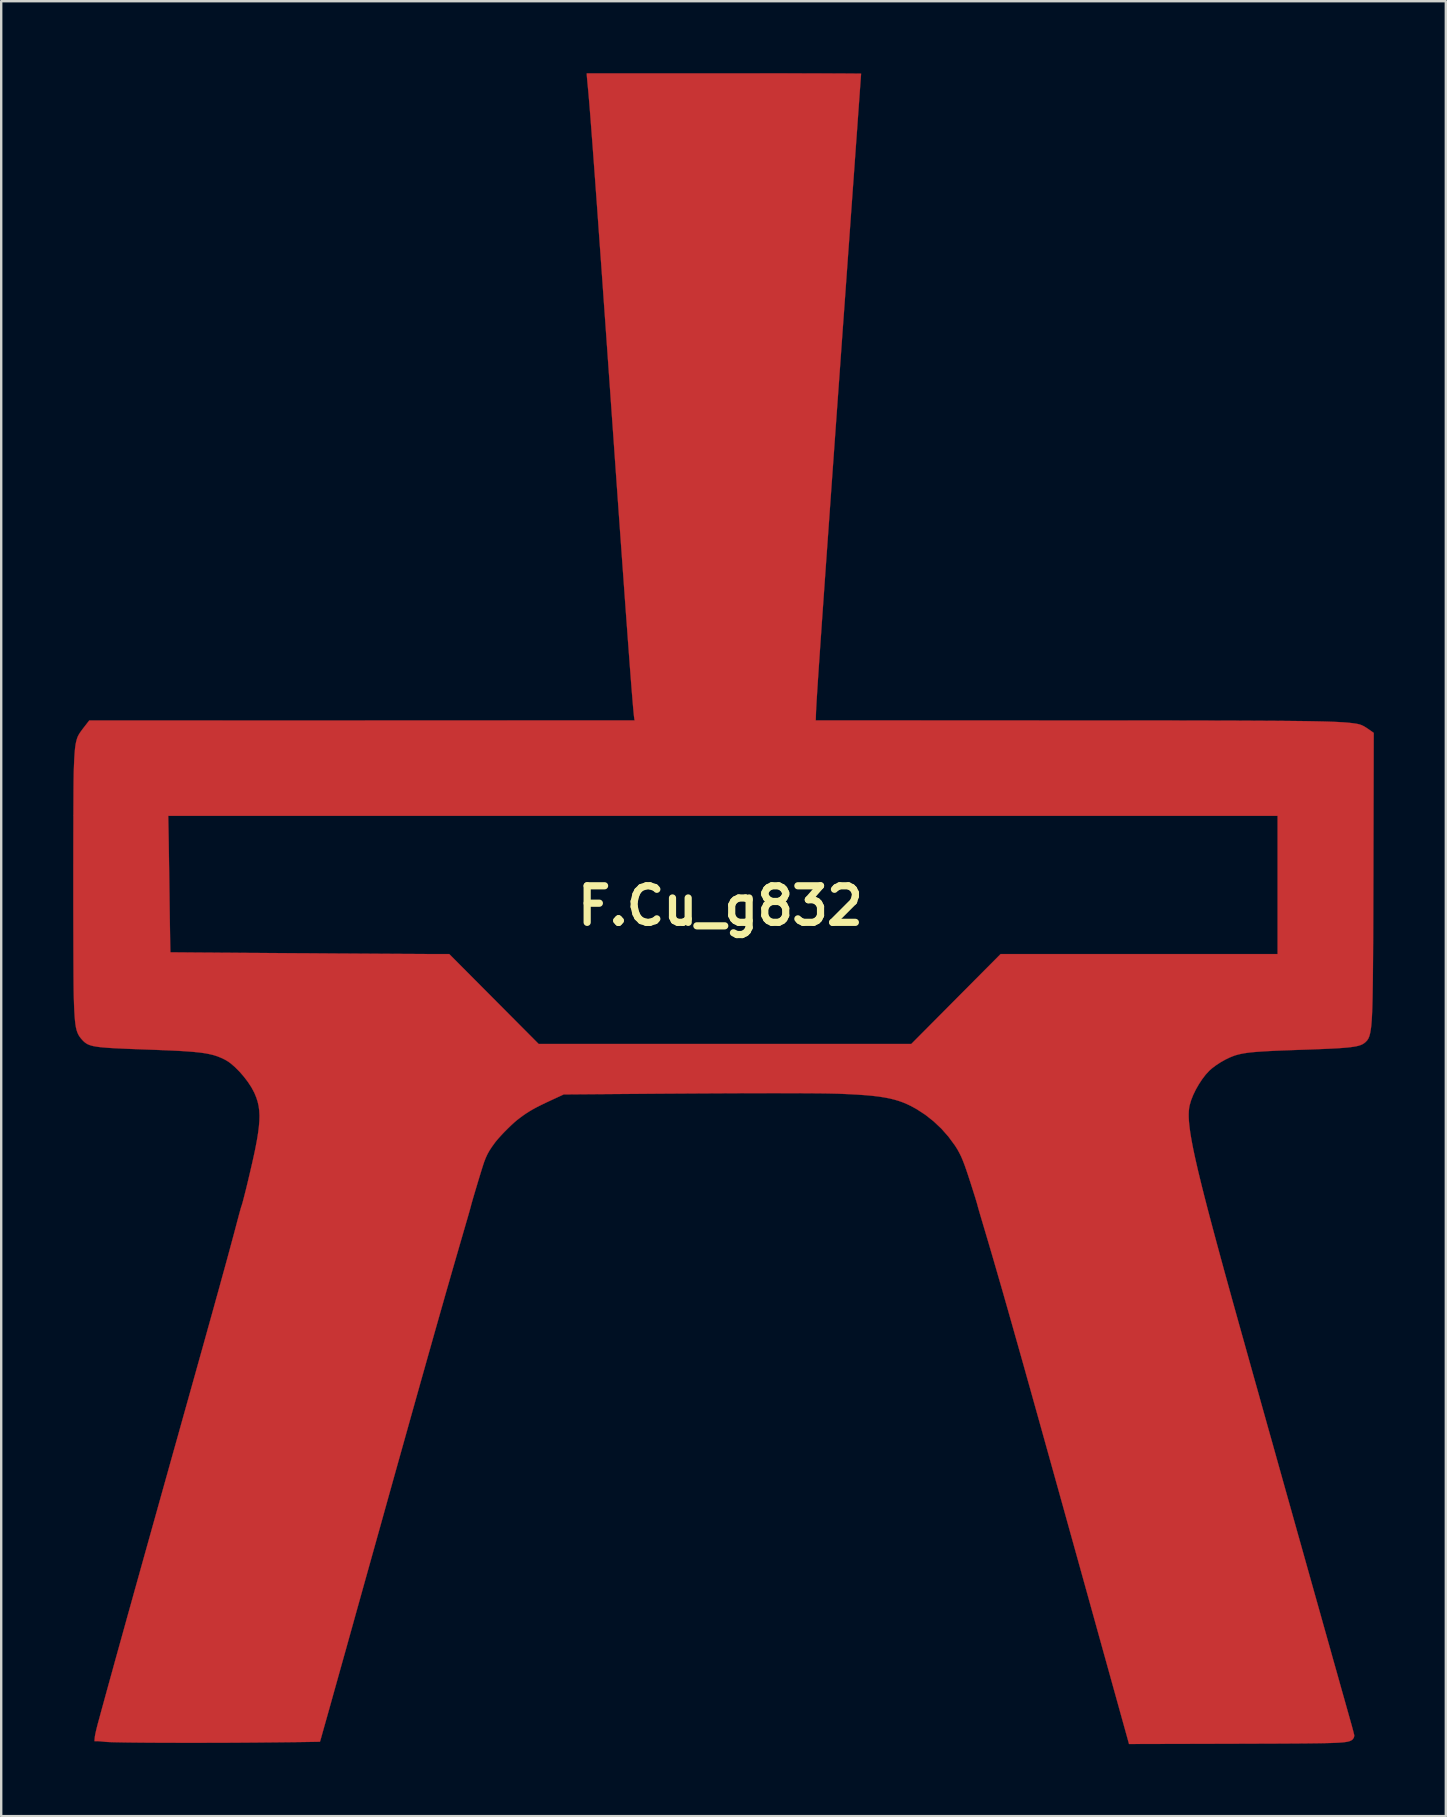
<source format=kicad_pcb>
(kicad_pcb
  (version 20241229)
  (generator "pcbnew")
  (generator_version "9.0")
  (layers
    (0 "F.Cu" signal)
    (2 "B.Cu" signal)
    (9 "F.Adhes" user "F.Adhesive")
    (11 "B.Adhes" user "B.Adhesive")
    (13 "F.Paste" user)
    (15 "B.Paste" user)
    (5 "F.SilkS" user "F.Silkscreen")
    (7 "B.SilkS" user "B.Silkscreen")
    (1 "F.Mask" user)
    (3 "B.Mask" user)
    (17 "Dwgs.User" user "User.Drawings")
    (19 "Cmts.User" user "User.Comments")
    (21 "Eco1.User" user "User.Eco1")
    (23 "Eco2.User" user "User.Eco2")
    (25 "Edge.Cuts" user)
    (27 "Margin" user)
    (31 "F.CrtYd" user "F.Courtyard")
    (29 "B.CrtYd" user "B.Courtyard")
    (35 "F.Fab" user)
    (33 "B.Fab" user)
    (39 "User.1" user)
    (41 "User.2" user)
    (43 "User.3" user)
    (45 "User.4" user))
  (footprint "F.Cu_g832"
    (layer "F.Cu")
    (at 26.97 34.697)
    (property "Reference" "F.Cu_g832" (at 0 0 0) (layer "F.SilkS") (effects (font (size 1.524 1.524) (thickness 0.3))))
    (attr through_hole)
    (fp_poly (pts (xy 0.637 -34.692) (xy 1.115 -34.692) (xy 1.58 -34.692) (xy 2.03 -34.691) (xy 2.464 -34.691) (xy 2.88 -34.69) (xy 3.276 -34.69) (xy 3.651 -34.689) (xy 4.003 -34.688) (xy 4.33 -34.687) (xy 4.629 -34.687) (xy 4.901 -34.686) (xy 5.143 -34.685) (xy 5.352 -34.683) (xy 5.528 -34.682) (xy 5.669 -34.681) (xy 5.773 -34.68) (xy 5.838 -34.679) (xy 5.863 -34.678) (xy 5.863 -34.677) (xy 5.862 -34.655) (xy 5.857 -34.593) (xy 5.85 -34.491) (xy 5.84 -34.351) (xy 5.827 -34.176) (xy 5.812 -33.965) (xy 5.795 -33.722) (xy 5.775 -33.447) (xy 5.753 -33.142) (xy 5.729 -32.808) (xy 5.704 -32.447) (xy 5.676 -32.061) (xy 5.646 -31.651) (xy 5.615 -31.218) (xy 5.583 -30.764) (xy 5.549 -30.291) (xy 5.513 -29.8) (xy 5.477 -29.293) (xy 5.439 -28.77) (xy 5.401 -28.234) (xy 5.362 -27.687) (xy 5.334 -27.306) (xy 5.253 -26.176) (xy 5.175 -25.087) (xy 5.099 -24.039) (xy 5.027 -23.031) (xy 4.958 -22.063) (xy 4.891 -21.133) (xy 4.827 -20.242) (xy 4.766 -19.389) (xy 4.708 -18.573) (xy 4.652 -17.793) (xy 4.599 -17.048) (xy 4.549 -16.339) (xy 4.501 -15.664) (xy 4.455 -15.022) (xy 4.412 -14.414) (xy 4.371 -13.838) (xy 4.333 -13.293) (xy 4.297 -12.78) (xy 4.263 -12.297) (xy 4.231 -11.844) (xy 4.202 -11.42) (xy 4.174 -11.024) (xy 4.149 -10.656) (xy 4.126 -10.315) (xy 4.104 -10.001) (xy 4.085 -9.712) (xy 4.067 -9.449) (xy 4.052 -9.21) (xy 4.038 -8.995) (xy 4.026 -8.803) (xy 4.015 -8.633) (xy 4.006 -8.486) (xy 3.999 -8.359) (xy 3.993 -8.253) (xy 3.989 -8.167) (xy 3.986 -8.102) (xy 3.973 -7.726) (xy 13.39 -7.725) (xy 14.257 -7.725) (xy 15.083 -7.725) (xy 15.868 -7.725) (xy 16.615 -7.725) (xy 17.323 -7.724) (xy 17.995 -7.724) (xy 18.631 -7.723) (xy 19.232 -7.722) (xy 19.799 -7.721) (xy 20.334 -7.72) (xy 20.837 -7.719) (xy 21.31 -7.718) (xy 21.754 -7.716) (xy 22.17 -7.714) (xy 22.558 -7.712) (xy 22.92 -7.71) (xy 23.257 -7.708) (xy 23.571 -7.705) (xy 23.861 -7.702) (xy 24.13 -7.699) (xy 24.379 -7.696) (xy 24.607 -7.692) (xy 24.818 -7.688) (xy 25.01 -7.684) (xy 25.187 -7.68) (xy 25.349 -7.675) (xy 25.496 -7.67) (xy 25.63 -7.664) (xy 25.752 -7.658) (xy 25.864 -7.652) (xy 25.966 -7.646) (xy 26.059 -7.639) (xy 26.144 -7.632) (xy 26.223 -7.624) (xy 26.297 -7.616) (xy 26.358 -7.609) (xy 26.504 -7.588) (xy 26.621 -7.563) (xy 26.722 -7.529) (xy 26.82 -7.481) (xy 26.928 -7.414) (xy 27.017 -7.354) (xy 27.226 -7.207) (xy 27.213 -1.968) (xy 27.212 -1.327) (xy 27.21 -0.726) (xy 27.208 -0.164) (xy 27.207 0.359) (xy 27.205 0.846) (xy 27.203 1.299) (xy 27.2 1.717) (xy 27.198 2.104) (xy 27.195 2.46) (xy 27.192 2.787) (xy 27.189 3.086) (xy 27.185 3.36) (xy 27.181 3.608) (xy 27.177 3.833) (xy 27.172 4.037) (xy 27.167 4.22) (xy 27.161 4.385) (xy 27.155 4.532) (xy 27.148 4.664) (xy 27.141 4.781) (xy 27.133 4.885) (xy 27.125 4.977) (xy 27.116 5.06) (xy 27.106 5.134) (xy 27.096 5.201) (xy 27.085 5.263) (xy 27.08 5.291) (xy 27.046 5.425) (xy 27.004 5.528) (xy 26.948 5.613) (xy 26.884 5.679) (xy 26.839 5.716) (xy 26.79 5.75) (xy 26.734 5.78) (xy 26.669 5.807) (xy 26.592 5.831) (xy 26.5 5.853) (xy 26.392 5.872) (xy 26.264 5.89) (xy 26.115 5.906) (xy 25.941 5.921) (xy 25.74 5.935) (xy 25.51 5.948) (xy 25.248 5.96) (xy 24.952 5.972) (xy 24.62 5.985) (xy 24.247 5.998) (xy 24.162 6.001) (xy 23.786 6.014) (xy 23.449 6.027) (xy 23.149 6.039) (xy 22.882 6.052) (xy 22.646 6.065) (xy 22.438 6.079) (xy 22.255 6.093) (xy 22.093 6.109) (xy 21.95 6.127) (xy 21.823 6.146) (xy 21.71 6.167) (xy 21.606 6.19) (xy 21.51 6.216) (xy 21.418 6.244) (xy 21.41 6.247) (xy 21.23 6.318) (xy 21.036 6.412) (xy 20.84 6.524) (xy 20.653 6.646) (xy 20.486 6.772) (xy 20.372 6.873) (xy 20.222 7.036) (xy 20.075 7.229) (xy 19.936 7.441) (xy 19.809 7.664) (xy 19.7 7.89) (xy 19.614 8.109) (xy 19.555 8.313) (xy 19.545 8.357) (xy 19.53 8.454) (xy 19.52 8.56) (xy 19.515 8.676) (xy 19.516 8.804) (xy 19.523 8.945) (xy 19.536 9.101) (xy 19.556 9.272) (xy 19.582 9.46) (xy 19.616 9.667) (xy 19.657 9.893) (xy 19.705 10.14) (xy 19.762 10.409) (xy 19.827 10.701) (xy 19.9 11.018) (xy 19.983 11.361) (xy 20.074 11.732) (xy 20.175 12.131) (xy 20.285 12.559) (xy 20.406 13.019) (xy 20.537 13.512) (xy 20.678 14.038) (xy 20.83 14.598) (xy 20.993 15.196) (xy 21.168 15.83) (xy 21.354 16.504) (xy 21.422 16.748) (xy 21.464 16.899) (xy 21.517 17.088) (xy 21.58 17.314) (xy 21.653 17.575) (xy 21.735 17.87) (xy 21.827 18.195) (xy 21.926 18.551) (xy 22.033 18.933) (xy 22.147 19.341) (xy 22.268 19.773) (xy 22.396 20.226) (xy 22.528 20.7) (xy 22.666 21.191) (xy 22.808 21.699) (xy 22.955 22.22) (xy 23.105 22.754) (xy 23.257 23.299) (xy 23.412 23.851) (xy 23.569 24.411) (xy 23.728 24.975) (xy 23.887 25.542) (xy 24.046 26.11) (xy 24.206 26.676) (xy 24.364 27.24) (xy 24.521 27.799) (xy 24.676 28.352) (xy 24.829 28.896) (xy 24.979 29.429) (xy 25.125 29.95) (xy 25.268 30.457) (xy 25.406 30.947) (xy 25.538 31.42) (xy 25.666 31.872) (xy 25.787 32.303) (xy 25.901 32.71) (xy 26.009 33.091) (xy 26.108 33.444) (xy 26.199 33.768) (xy 26.266 34.006) (xy 26.307 34.151) (xy 26.343 34.285) (xy 26.374 34.401) (xy 26.397 34.494) (xy 26.412 34.557) (xy 26.416 34.584) (xy 26.397 34.666) (xy 26.346 34.739) (xy 26.285 34.783) (xy 26.254 34.796) (xy 26.222 34.809) (xy 26.185 34.82) (xy 26.142 34.831) (xy 26.092 34.841) (xy 26.032 34.849) (xy 25.962 34.858) (xy 25.879 34.865) (xy 25.782 34.872) (xy 25.669 34.878) (xy 25.538 34.883) (xy 25.388 34.888) (xy 25.217 34.892) (xy 25.023 34.896) (xy 24.805 34.899) (xy 24.56 34.902) (xy 24.288 34.905) (xy 23.986 34.907) (xy 23.652 34.909) (xy 23.286 34.911) (xy 22.885 34.913) (xy 22.448 34.914) (xy 21.973 34.916) (xy 21.458 34.917) (xy 21.167 34.918) (xy 17.029 34.929) (xy 15.686 30.096) (xy 15.426 29.158) (xy 15.176 28.259) (xy 14.937 27.399) (xy 14.708 26.576) (xy 14.489 25.789) (xy 14.28 25.037) (xy 14.08 24.32) (xy 13.889 23.634) (xy 13.707 22.981) (xy 13.533 22.358) (xy 13.367 21.763) (xy 13.209 21.197) (xy 13.058 20.658) (xy 12.915 20.145) (xy 12.777 19.656) (xy 12.647 19.19) (xy 12.522 18.747) (xy 12.403 18.325) (xy 12.289 17.923) (xy 12.181 17.539) (xy 12.077 17.173) (xy 11.978 16.824) (xy 11.882 16.489) (xy 11.791 16.169) (xy 11.703 15.862) (xy 11.617 15.567) (xy 11.535 15.282) (xy 11.455 15.007) (xy 11.378 14.74) (xy 11.302 14.48) (xy 11.227 14.226) (xy 11.154 13.977) (xy 11.081 13.732) (xy 11.009 13.489) (xy 10.937 13.247) (xy 10.929 13.219) (xy 10.88 13.055) (xy 10.835 12.902) (xy 10.795 12.766) (xy 10.762 12.652) (xy 10.737 12.564) (xy 10.722 12.509) (xy 10.718 12.492) (xy 10.708 12.452) (xy 10.686 12.377) (xy 10.655 12.273) (xy 10.616 12.145) (xy 10.57 12) (xy 10.52 11.842) (xy 10.468 11.678) (xy 10.415 11.512) (xy 10.362 11.351) (xy 10.313 11.2) (xy 10.267 11.065) (xy 10.255 11.028) (xy 10.176 10.803) (xy 10.102 10.611) (xy 10.031 10.444) (xy 9.957 10.294) (xy 9.878 10.151) (xy 9.788 10.009) (xy 9.769 9.98) (xy 9.505 9.621) (xy 9.211 9.288) (xy 8.889 8.984) (xy 8.544 8.711) (xy 8.179 8.473) (xy 7.942 8.343) (xy 7.777 8.264) (xy 7.609 8.193) (xy 7.434 8.131) (xy 7.249 8.076) (xy 7.051 8.027) (xy 6.836 7.986) (xy 6.6 7.949) (xy 6.34 7.918) (xy 6.053 7.892) (xy 5.734 7.869) (xy 5.381 7.85) (xy 4.99 7.833) (xy 4.911 7.83) (xy 4.741 7.826) (xy 4.53 7.821) (xy 4.279 7.817) (xy 3.989 7.814) (xy 3.661 7.812) (xy 3.296 7.81) (xy 2.895 7.809) (xy 2.459 7.808) (xy 1.989 7.808) (xy 1.487 7.809) (xy 0.952 7.81) (xy 0.388 7.812) (xy -0.207 7.815) (xy -0.83 7.818) (xy -1.48 7.822) (xy -2.157 7.826) (xy -2.859 7.831) (xy -3.111 7.833) (xy -6.528 7.86) (xy -7.026 8.09) (xy -7.268 8.203) (xy -7.477 8.304) (xy -7.659 8.396) (xy -7.819 8.483) (xy -7.963 8.568) (xy -8.098 8.654) (xy -8.23 8.745) (xy -8.363 8.844) (xy -8.467 8.924) (xy -8.579 9.018) (xy -8.708 9.136) (xy -8.847 9.27) (xy -8.989 9.412) (xy -9.125 9.555) (xy -9.247 9.69) (xy -9.349 9.811) (xy -9.394 9.868) (xy -9.52 10.043) (xy -9.623 10.199) (xy -9.707 10.349) (xy -9.778 10.503) (xy -9.844 10.673) (xy -9.895 10.827) (xy -9.931 10.941) (xy -9.973 11.076) (xy -10.019 11.226) (xy -10.068 11.388) (xy -10.119 11.555) (xy -10.169 11.723) (xy -10.218 11.887) (xy -10.264 12.041) (xy -10.305 12.181) (xy -10.34 12.301) (xy -10.367 12.397) (xy -10.385 12.462) (xy -10.393 12.494) (xy -10.393 12.495) (xy -10.399 12.519) (xy -10.415 12.58) (xy -10.441 12.673) (xy -10.476 12.796) (xy -10.518 12.943) (xy -10.567 13.112) (xy -10.621 13.298) (xy -10.679 13.498) (xy -10.699 13.566) (xy -10.781 13.849) (xy -10.863 14.131) (xy -10.945 14.415) (xy -11.028 14.701) (xy -11.112 14.991) (xy -11.197 15.286) (xy -11.283 15.587) (xy -11.372 15.896) (xy -11.463 16.213) (xy -11.556 16.541) (xy -11.653 16.881) (xy -11.753 17.233) (xy -11.857 17.599) (xy -11.965 17.98) (xy -12.077 18.379) (xy -12.195 18.795) (xy -12.317 19.23) (xy -12.446 19.686) (xy -12.58 20.163) (xy -12.721 20.664) (xy -12.868 21.189) (xy -13.022 21.739) (xy -13.184 22.317) (xy -13.354 22.923) (xy -13.532 23.558) (xy -13.718 24.224) (xy -13.913 24.922) (xy -14.117 25.654) (xy -14.331 26.42) (xy -14.555 27.222) (xy -14.79 28.061) (xy -15.035 28.939) (xy -15.228 29.63) (xy -15.355 30.088) (xy -15.48 30.534) (xy -15.601 30.969) (xy -15.719 31.389) (xy -15.832 31.793) (xy -15.94 32.18) (xy -16.043 32.547) (xy -16.14 32.894) (xy -16.23 33.217) (xy -16.314 33.517) (xy -16.391 33.79) (xy -16.46 34.035) (xy -16.521 34.251) (xy -16.573 34.436) (xy -16.615 34.587) (xy -16.648 34.704) (xy -16.671 34.784) (xy -16.684 34.826) (xy -16.686 34.833) (xy -16.708 34.834) (xy -16.769 34.836) (xy -16.868 34.838) (xy -17 34.84) (xy -17.164 34.843) (xy -17.357 34.846) (xy -17.575 34.849) (xy -17.816 34.852) (xy -18.078 34.855) (xy -18.357 34.858) (xy -18.651 34.861) (xy -18.957 34.864) (xy -18.968 34.864) (xy -19.375 34.868) (xy -19.788 34.871) (xy -20.206 34.874) (xy -20.624 34.876) (xy -21.042 34.877) (xy -21.457 34.878) (xy -21.866 34.879) (xy -22.267 34.879) (xy -22.657 34.878) (xy -23.034 34.877) (xy -23.395 34.876) (xy -23.739 34.874) (xy -24.063 34.872) (xy -24.364 34.869) (xy -24.639 34.866) (xy -24.887 34.862) (xy -25.105 34.858) (xy -25.291 34.854) (xy -25.442 34.849) (xy -25.555 34.844) (xy -25.629 34.839) (xy -25.633 34.838) (xy -25.742 34.827) (xy -25.847 34.817) (xy -25.934 34.811) (xy -25.979 34.81) (xy -26.083 34.809) (xy -26.071 34.661) (xy -26.062 34.592) (xy -26.043 34.493) (xy -26.016 34.372) (xy -25.984 34.239) (xy -25.951 34.11) (xy -25.877 33.84) (xy -25.8 33.555) (xy -25.717 33.253) (xy -25.63 32.934) (xy -25.537 32.596) (xy -25.438 32.238) (xy -25.333 31.859) (xy -25.223 31.458) (xy -25.105 31.033) (xy -24.98 30.584) (xy -24.848 30.109) (xy -24.709 29.607) (xy -24.561 29.078) (xy -24.406 28.519) (xy -24.241 27.929) (xy -24.068 27.309) (xy -23.885 26.655) (xy -23.693 25.968) (xy -23.491 25.246) (xy -23.279 24.487) (xy -23.056 23.691) (xy -22.823 22.857) (xy -22.592 22.035) (xy -22.4 21.347) (xy -22.218 20.698) (xy -22.047 20.087) (xy -21.886 19.512) (xy -21.735 18.971) (xy -21.593 18.464) (xy -21.46 17.987) (xy -21.336 17.541) (xy -21.219 17.122) (xy -21.11 16.731) (xy -21.009 16.364) (xy -20.913 16.021) (xy -20.825 15.699) (xy -20.742 15.398) (xy -20.664 15.116) (xy -20.591 14.851) (xy -20.523 14.601) (xy -20.459 14.366) (xy -20.399 14.143) (xy -20.342 13.93) (xy -20.287 13.728) (xy -20.235 13.532) (xy -20.185 13.344) (xy -20.141 13.176) (xy -20.099 13.02) (xy -20.061 12.875) (xy -20.026 12.748) (xy -19.997 12.644) (xy -19.975 12.568) (xy -19.962 12.525) (xy -19.96 12.52) (xy -19.944 12.474) (xy -19.919 12.391) (xy -19.888 12.277) (xy -19.851 12.134) (xy -19.809 11.969) (xy -19.763 11.786) (xy -19.715 11.589) (xy -19.666 11.382) (xy -19.616 11.172) (xy -19.567 10.961) (xy -19.519 10.756) (xy -19.475 10.56) (xy -19.435 10.377) (xy -19.4 10.214) (xy -19.378 10.107) (xy -19.314 9.771) (xy -19.265 9.47) (xy -19.231 9.2) (xy -19.211 8.957) (xy -19.206 8.736) (xy -19.217 8.533) (xy -19.242 8.344) (xy -19.283 8.164) (xy -19.339 7.99) (xy -19.411 7.816) (xy -19.433 7.768) (xy -19.547 7.557) (xy -19.691 7.338) (xy -19.856 7.122) (xy -20.035 6.915) (xy -20.222 6.727) (xy -20.408 6.566) (xy -20.505 6.495) (xy -20.637 6.416) (xy -20.796 6.339) (xy -20.967 6.27) (xy -21.134 6.217) (xy -21.156 6.212) (xy -21.265 6.186) (xy -21.38 6.162) (xy -21.503 6.141) (xy -21.639 6.121) (xy -21.789 6.104) (xy -21.958 6.087) (xy -22.148 6.072) (xy -22.362 6.057) (xy -22.603 6.043) (xy -22.875 6.03) (xy -23.18 6.017) (xy -23.522 6.003) (xy -23.855 5.991) (xy -24.23 5.977) (xy -24.566 5.965) (xy -24.864 5.952) (xy -25.128 5.94) (xy -25.359 5.928) (xy -25.561 5.914) (xy -25.737 5.9) (xy -25.887 5.884) (xy -26.016 5.866) (xy -26.126 5.846) (xy -26.219 5.823) (xy -26.298 5.797) (xy -26.366 5.768) (xy -26.424 5.735) (xy -26.476 5.698) (xy -26.525 5.657) (xy -26.572 5.61) (xy -26.598 5.582) (xy -26.658 5.513) (xy -26.711 5.442) (xy -26.756 5.366) (xy -26.794 5.281) (xy -26.827 5.184) (xy -26.854 5.071) (xy -26.876 4.939) (xy -26.894 4.784) (xy -26.909 4.601) (xy -26.922 4.389) (xy -26.933 4.142) (xy -26.942 3.858) (xy -26.945 3.768) (xy -26.947 3.655) (xy -26.95 3.503) (xy -26.952 3.315) (xy -26.954 3.094) (xy -26.956 2.841) (xy -26.957 2.561) (xy -26.959 2.255) (xy -26.96 1.927) (xy -26.961 1.578) (xy -26.962 1.213) (xy -26.963 0.833) (xy -26.964 0.441) (xy -26.965 0.04) (xy -26.965 -0.367) (xy -26.965 -0.778) (xy -26.965 -1.19) (xy -26.965 -1.599) (xy -26.964 -2.004) (xy -26.964 -2.402) (xy -26.963 -2.79) (xy -26.962 -3.165) (xy -26.961 -3.524) (xy -26.961 -3.747) (xy -23.01 -3.747) (xy -22.997 -3.085) (xy -22.995 -2.969) (xy -22.992 -2.814) (xy -22.989 -2.625) (xy -22.986 -2.406) (xy -22.982 -2.161) (xy -22.978 -1.893) (xy -22.974 -1.608) (xy -22.97 -1.308) (xy -22.965 -0.999) (xy -22.961 -0.684) (xy -22.956 -0.366) (xy -22.955 -0.246) (xy -22.951 0.054) (xy -22.947 0.342) (xy -22.943 0.614) (xy -22.939 0.869) (xy -22.935 1.104) (xy -22.932 1.315) (xy -22.929 1.5) (xy -22.926 1.656) (xy -22.923 1.781) (xy -22.921 1.871) (xy -22.92 1.923) (xy -22.919 1.937) (xy -22.898 1.937) (xy -22.836 1.938) (xy -22.737 1.939) (xy -22.601 1.94) (xy -22.432 1.942) (xy -22.23 1.943) (xy -22 1.945) (xy -21.741 1.947) (xy -21.458 1.949) (xy -21.151 1.951) (xy -20.823 1.954) (xy -20.476 1.956) (xy -20.113 1.959) (xy -19.734 1.962) (xy -19.343 1.964) (xy -18.942 1.967) (xy -18.532 1.97) (xy -18.116 1.973) (xy -17.696 1.976) (xy -17.274 1.978) (xy -16.852 1.981) (xy -16.432 1.984) (xy -16.017 1.987) (xy -15.608 1.989) (xy -15.208 1.992) (xy -14.818 1.994) (xy -14.442 1.997) (xy -14.08 1.999) (xy -13.736 2.001) (xy -13.411 2.003) (xy -13.107 2.005) (xy -12.827 2.006) (xy -12.572 2.008) (xy -12.345 2.009) (xy -12.148 2.01) (xy -11.983 2.011) (xy -11.852 2.011) (xy -11.758 2.011) (xy -11.719 2.011) (xy -11.299 2.011) (xy -7.573 5.757) (xy 7.955 5.757) (xy 9.816 3.884) (xy 11.677 2.011) (xy 23.22 2.011) (xy 23.22 -3.747) (xy -23.01 -3.747) (xy -26.961 -3.747) (xy -26.96 -3.865) (xy -26.959 -4.185) (xy -26.957 -4.482) (xy -26.956 -4.752) (xy -26.954 -4.993) (xy -26.952 -5.202) (xy -26.949 -5.377) (xy -26.947 -5.514) (xy -26.945 -5.598) (xy -26.936 -5.862) (xy -26.926 -6.087) (xy -26.915 -6.279) (xy -26.903 -6.441) (xy -26.89 -6.579) (xy -26.874 -6.697) (xy -26.855 -6.798) (xy -26.837 -6.876) (xy -26.813 -6.961) (xy -26.786 -7.037) (xy -26.75 -7.111) (xy -26.703 -7.191) (xy -26.638 -7.284) (xy -26.553 -7.398) (xy -26.498 -7.469) (xy -26.3 -7.724) (xy -14.937 -7.725) (xy -3.575 -7.726) (xy -3.587 -7.795) (xy -3.593 -7.84) (xy -3.601 -7.907) (xy -3.61 -7.996) (xy -3.621 -8.108) (xy -3.634 -8.244) (xy -3.647 -8.404) (xy -3.663 -8.589) (xy -3.68 -8.8) (xy -3.699 -9.037) (xy -3.72 -9.301) (xy -3.742 -9.594) (xy -3.767 -9.914) (xy -3.793 -10.265) (xy -3.821 -10.645) (xy -3.852 -11.055) (xy -3.884 -11.497) (xy -3.919 -11.972) (xy -3.956 -12.479) (xy -3.995 -13.019) (xy -4.036 -13.594) (xy -4.08 -14.203) (xy -4.126 -14.849) (xy -4.175 -15.53) (xy -4.226 -16.249) (xy -4.28 -17.005) (xy -4.336 -17.8) (xy -4.395 -18.634) (xy -4.456 -19.507) (xy -4.521 -20.422) (xy -4.588 -21.377) (xy -4.614 -21.749) (xy -4.68 -22.682) (xy -4.743 -23.574) (xy -4.803 -24.425) (xy -4.861 -25.236) (xy -4.915 -26.007) (xy -4.967 -26.739) (xy -5.017 -27.432) (xy -5.064 -28.088) (xy -5.108 -28.707) (xy -5.15 -29.289) (xy -5.19 -29.836) (xy -5.227 -30.347) (xy -5.262 -30.824) (xy -5.295 -31.267) (xy -5.325 -31.677) (xy -5.354 -32.054) (xy -5.38 -32.399) (xy -5.404 -32.713) (xy -5.426 -32.996) (xy -5.446 -33.249) (xy -5.464 -33.473) (xy -5.481 -33.668) (xy -5.495 -33.835) (xy -5.508 -33.975) (xy -5.515 -34.047) (xy -5.529 -34.195) (xy -5.542 -34.332) (xy -5.553 -34.451) (xy -5.561 -34.546) (xy -5.566 -34.61) (xy -5.567 -34.634) (xy -5.567 -34.692) (xy 0.148 -34.692) (xy 0.637 -34.692)) (stroke (width 0.01) (type solid)) (fill yes) (layer "F.Cu")))
  (gr_rect
    (start -3 -3)
    (end 57.201 72.631)
    (stroke (width 0.1) (type default))
    (fill no)
    (layer "Edge.Cuts")))
</source>
